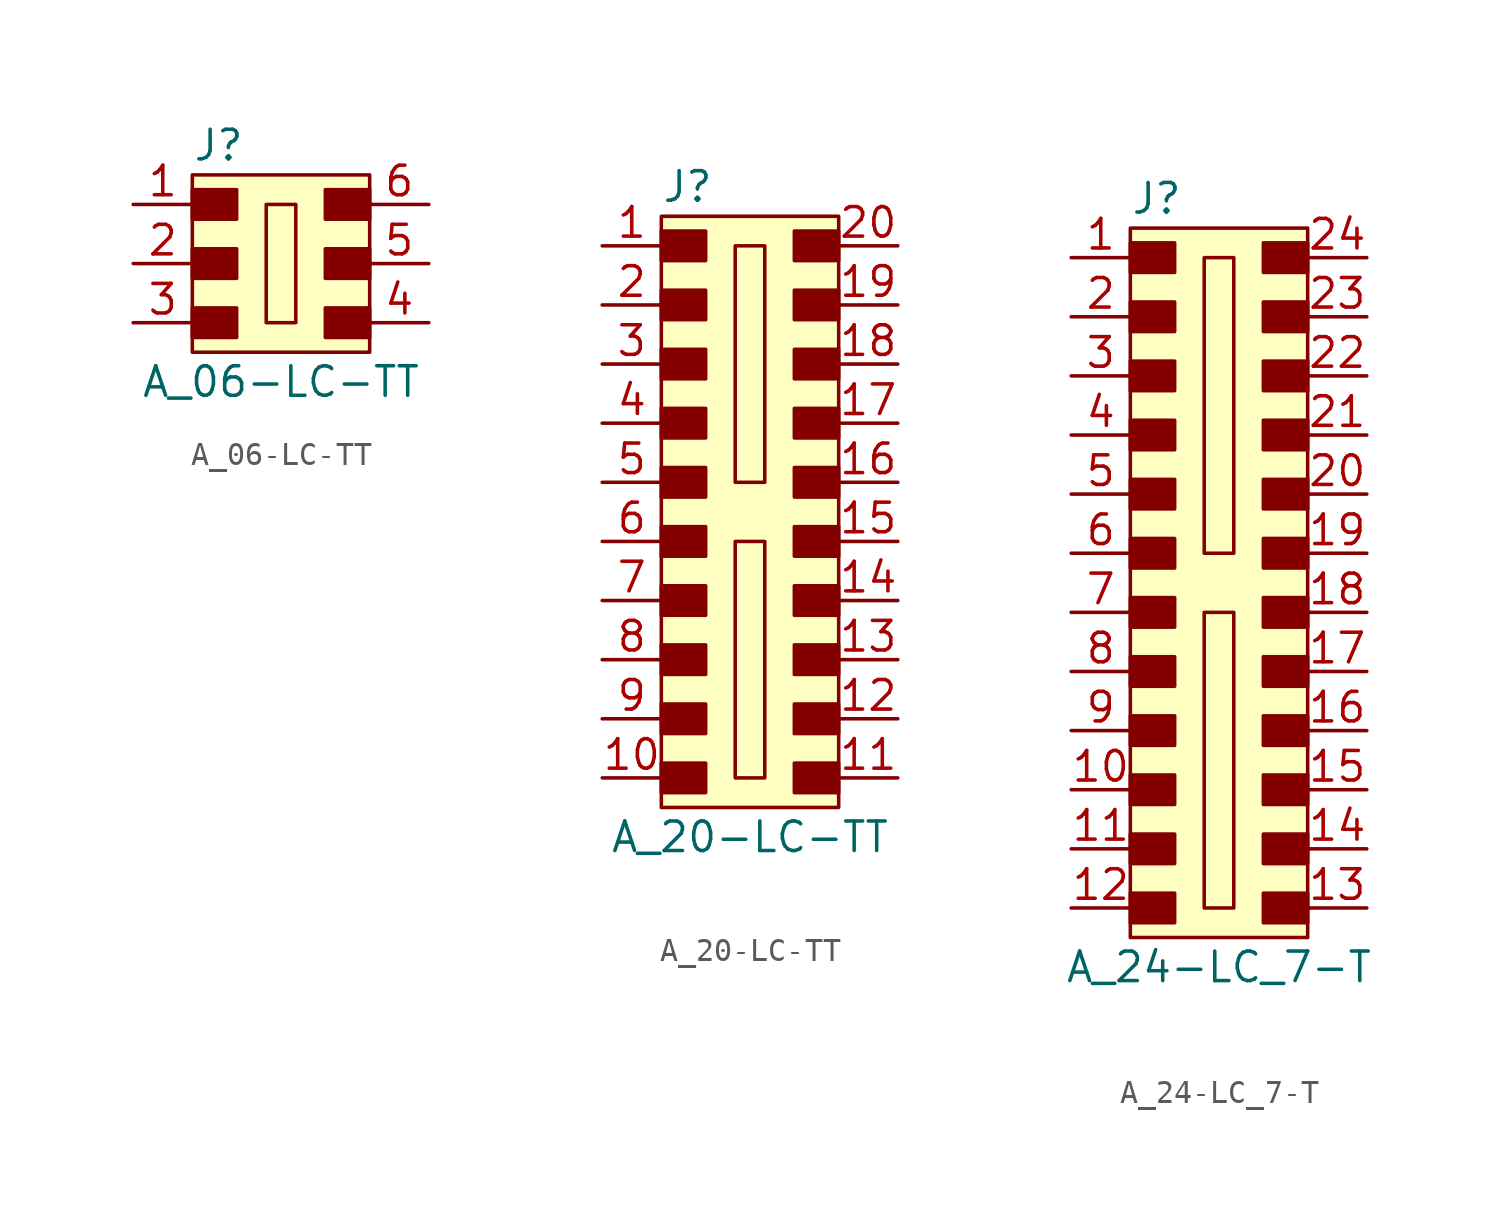
<source format=kicad_sym>
(kicad_symbol_lib
  (version 20220914)
  (generator kicad_symbol_editor)
  (symbol "A_06-LC-TT"
    (pin_names
      (offset 1.016))
    (property "Reference" "J"
      (at -3.81 5.08 0)
      (effects (font (size 1.27 1.27)) (justify left)))
    (property "Value" "A_06-LC-TT"
      (at 0 -5.08 0)
      (effects (font (size 1.27 1.27))))
    (symbol "A_06-LC-TT_1_1"
      (rectangle (start -3.81 -1.905) (end -1.905 -3.175) (stroke (width 0) (type solid)) (fill (type outline)))
      (rectangle (start -3.81 0.635) (end -1.905 -0.635) (stroke (width 0) (type solid)) (fill (type outline)))
      (rectangle (start -3.81 3.175) (end -1.905 1.905) (stroke (width 0) (type solid)) (fill (type outline)))
      (rectangle (start -3.81 3.81) (end 3.81 -3.81) (stroke (width 0) (type solid)) (fill (type background)))
      (rectangle (start -0.635 2.54) (end 0.635 -2.54) (stroke (width 0) (type solid)) (fill (type none)))
      (rectangle (start 1.905 -1.905) (end 3.81 -3.175) (stroke (width 0) (type solid)) (fill (type outline)))
      (rectangle (start 1.905 0.635) (end 3.81 -0.635) (stroke (width 0) (type solid)) (fill (type outline)))
      (rectangle (start 1.905 3.175) (end 3.81 1.905) (stroke (width 0) (type solid)) (fill (type outline)))
      (pin passive line (at -6.35 2.54 0) (length 2.54) (name "~" (effects (font (size 1.27 1.27)))) (number "1" (effects (font (size 1.27 1.27)))))
      (pin passive line (at -6.35 0 0) (length 2.54) (name "~" (effects (font (size 1.27 1.27)))) (number "2" (effects (font (size 1.27 1.27)))))
      (pin passive line (at -6.35 -2.54 0) (length 2.54) (name "~" (effects (font (size 1.27 1.27)))) (number "3" (effects (font (size 1.27 1.27)))))
      (pin passive line (at 6.35 -2.54 180) (length 2.54) (name "~" (effects (font (size 1.27 1.27)))) (number "4" (effects (font (size 1.27 1.27)))))
      (pin passive line (at 6.35 0 180) (length 2.54) (name "~" (effects (font (size 1.27 1.27)))) (number "5" (effects (font (size 1.27 1.27)))))
      (pin passive line (at 6.35 2.54 180) (length 2.54) (name "~" (effects (font (size 1.27 1.27)))) (number "6" (effects (font (size 1.27 1.27)))))))
  (symbol "A_20-LC-TT"
    (pin_names
      (offset 1.016))
    (property "Reference" "J"
      (at -3.81 13.97 0)
      (effects (font (size 1.27 1.27)) (justify left)))
    (property "Value" "A_20-LC-TT"
      (at 0 -13.97 0)
      (effects (font (size 1.27 1.27))))
    (symbol "A_20-LC-TT_1_1"
      (rectangle (start -3.81 -10.795) (end -1.905 -12.065) (stroke (width 0) (type solid)) (fill (type outline)))
      (rectangle (start -3.81 -8.255) (end -1.905 -9.525) (stroke (width 0) (type solid)) (fill (type outline)))
      (rectangle (start -3.81 -5.715) (end -1.905 -6.985) (stroke (width 0) (type solid)) (fill (type outline)))
      (rectangle (start -3.81 -3.175) (end -1.905 -4.445) (stroke (width 0) (type solid)) (fill (type outline)))
      (rectangle (start -3.81 -0.635) (end -1.905 -1.905) (stroke (width 0) (type solid)) (fill (type outline)))
      (rectangle (start -3.81 1.905) (end -1.905 0.635) (stroke (width 0) (type solid)) (fill (type outline)))
      (rectangle (start -3.81 4.445) (end -1.905 3.175) (stroke (width 0) (type solid)) (fill (type outline)))
      (rectangle (start -3.81 6.985) (end -1.905 5.715) (stroke (width 0) (type solid)) (fill (type outline)))
      (rectangle (start -3.81 9.525) (end -1.905 8.255) (stroke (width 0) (type solid)) (fill (type outline)))
      (rectangle (start -3.81 12.065) (end -1.905 10.795) (stroke (width 0) (type solid)) (fill (type outline)))
      (rectangle (start -3.81 12.7) (end 3.81 -12.7) (stroke (width 0) (type solid)) (fill (type background)))
      (rectangle (start -0.635 -1.27) (end 0.635 -11.43) (stroke (width 0) (type solid)) (fill (type none)))
      (rectangle (start -0.635 11.43) (end 0.635 1.27) (stroke (width 0) (type solid)) (fill (type none)))
      (rectangle (start 1.905 -10.795) (end 3.81 -12.065) (stroke (width 0) (type solid)) (fill (type outline)))
      (rectangle (start 1.905 -8.255) (end 3.81 -9.525) (stroke (width 0) (type solid)) (fill (type outline)))
      (rectangle (start 1.905 -5.715) (end 3.81 -6.985) (stroke (width 0) (type solid)) (fill (type outline)))
      (rectangle (start 1.905 -3.175) (end 3.81 -4.445) (stroke (width 0) (type solid)) (fill (type outline)))
      (rectangle (start 1.905 -0.635) (end 3.81 -1.905) (stroke (width 0) (type solid)) (fill (type outline)))
      (rectangle (start 1.905 1.905) (end 3.81 0.635) (stroke (width 0) (type solid)) (fill (type outline)))
      (rectangle (start 1.905 4.445) (end 3.81 3.175) (stroke (width 0) (type solid)) (fill (type outline)))
      (rectangle (start 1.905 6.985) (end 3.81 5.715) (stroke (width 0) (type solid)) (fill (type outline)))
      (rectangle (start 1.905 9.525) (end 3.81 8.255) (stroke (width 0) (type solid)) (fill (type outline)))
      (rectangle (start 1.905 12.065) (end 3.81 10.795) (stroke (width 0) (type solid)) (fill (type outline)))
      (pin passive line (at -6.35 11.43 0) (length 2.54) (name "~" (effects (font (size 1.27 1.27)))) (number "1" (effects (font (size 1.27 1.27)))))
      (pin passive line (at -6.35 -11.43 0) (length 2.54) (name "~" (effects (font (size 1.27 1.27)))) (number "10" (effects (font (size 1.27 1.27)))))
      (pin passive line (at 6.35 -11.43 180) (length 2.54) (name "~" (effects (font (size 1.27 1.27)))) (number "11" (effects (font (size 1.27 1.27)))))
      (pin passive line (at 6.35 -8.89 180) (length 2.54) (name "~" (effects (font (size 1.27 1.27)))) (number "12" (effects (font (size 1.27 1.27)))))
      (pin passive line (at 6.35 -6.35 180) (length 2.54) (name "~" (effects (font (size 1.27 1.27)))) (number "13" (effects (font (size 1.27 1.27)))))
      (pin passive line (at 6.35 -3.81 180) (length 2.54) (name "~" (effects (font (size 1.27 1.27)))) (number "14" (effects (font (size 1.27 1.27)))))
      (pin passive line (at 6.35 -1.27 180) (length 2.54) (name "~" (effects (font (size 1.27 1.27)))) (number "15" (effects (font (size 1.27 1.27)))))
      (pin passive line (at 6.35 1.27 180) (length 2.54) (name "~" (effects (font (size 1.27 1.27)))) (number "16" (effects (font (size 1.27 1.27)))))
      (pin passive line (at 6.35 3.81 180) (length 2.54) (name "~" (effects (font (size 1.27 1.27)))) (number "17" (effects (font (size 1.27 1.27)))))
      (pin passive line (at 6.35 6.35 180) (length 2.54) (name "~" (effects (font (size 1.27 1.27)))) (number "18" (effects (font (size 1.27 1.27)))))
      (pin passive line (at 6.35 8.89 180) (length 2.54) (name "~" (effects (font (size 1.27 1.27)))) (number "19" (effects (font (size 1.27 1.27)))))
      (pin passive line (at -6.35 8.89 0) (length 2.54) (name "~" (effects (font (size 1.27 1.27)))) (number "2" (effects (font (size 1.27 1.27)))))
      (pin passive line (at 6.35 11.43 180) (length 2.54) (name "~" (effects (font (size 1.27 1.27)))) (number "20" (effects (font (size 1.27 1.27)))))
      (pin passive line (at -6.35 6.35 0) (length 2.54) (name "~" (effects (font (size 1.27 1.27)))) (number "3" (effects (font (size 1.27 1.27)))))
      (pin passive line (at -6.35 3.81 0) (length 2.54) (name "~" (effects (font (size 1.27 1.27)))) (number "4" (effects (font (size 1.27 1.27)))))
      (pin passive line (at -6.35 1.27 0) (length 2.54) (name "~" (effects (font (size 1.27 1.27)))) (number "5" (effects (font (size 1.27 1.27)))))
      (pin passive line (at -6.35 -1.27 0) (length 2.54) (name "~" (effects (font (size 1.27 1.27)))) (number "6" (effects (font (size 1.27 1.27)))))
      (pin passive line (at -6.35 -3.81 0) (length 2.54) (name "~" (effects (font (size 1.27 1.27)))) (number "7" (effects (font (size 1.27 1.27)))))
      (pin passive line (at -6.35 -6.35 0) (length 2.54) (name "~" (effects (font (size 1.27 1.27)))) (number "8" (effects (font (size 1.27 1.27)))))
      (pin passive line (at -6.35 -8.89 0) (length 2.54) (name "~" (effects (font (size 1.27 1.27)))) (number "9" (effects (font (size 1.27 1.27)))))))
  (symbol "A_24-LC_7-T"
    (pin_names
      (offset 1.016))
    (property "Reference" "J"
      (at -3.81 16.51 0)
      (effects (font (size 1.27 1.27)) (justify left)))
    (property "Value" "A_24-LC_7-T"
      (at 0 -16.51 0)
      (effects (font (size 1.27 1.27))))
    (symbol "A_24-LC_7-T_1_1"
      (rectangle (start -3.81 -13.335) (end -1.905 -14.605) (stroke (width 0) (type solid)) (fill (type outline)))
      (rectangle (start -3.81 -10.795) (end -1.905 -12.065) (stroke (width 0) (type solid)) (fill (type outline)))
      (rectangle (start -3.81 -8.255) (end -1.905 -9.525) (stroke (width 0) (type solid)) (fill (type outline)))
      (rectangle (start -3.81 -5.715) (end -1.905 -6.985) (stroke (width 0) (type solid)) (fill (type outline)))
      (rectangle (start -3.81 -3.175) (end -1.905 -4.445) (stroke (width 0) (type solid)) (fill (type outline)))
      (rectangle (start -3.81 -0.635) (end -1.905 -1.905) (stroke (width 0) (type solid)) (fill (type outline)))
      (rectangle (start -3.81 1.905) (end -1.905 0.635) (stroke (width 0) (type solid)) (fill (type outline)))
      (rectangle (start -3.81 4.445) (end -1.905 3.175) (stroke (width 0) (type solid)) (fill (type outline)))
      (rectangle (start -3.81 6.985) (end -1.905 5.715) (stroke (width 0) (type solid)) (fill (type outline)))
      (rectangle (start -3.81 9.525) (end -1.905 8.255) (stroke (width 0) (type solid)) (fill (type outline)))
      (rectangle (start -3.81 12.065) (end -1.905 10.795) (stroke (width 0) (type solid)) (fill (type outline)))
      (rectangle (start -3.81 14.605) (end -1.905 13.335) (stroke (width 0) (type solid)) (fill (type outline)))
      (rectangle (start -3.81 15.24) (end 3.81 -15.24) (stroke (width 0) (type solid)) (fill (type background)))
      (rectangle (start -0.635 -1.27) (end 0.635 -13.97) (stroke (width 0) (type solid)) (fill (type none)))
      (rectangle (start -0.635 13.97) (end 0.635 1.27) (stroke (width 0) (type solid)) (fill (type none)))
      (rectangle (start 1.905 -13.335) (end 3.81 -14.605) (stroke (width 0) (type solid)) (fill (type outline)))
      (rectangle (start 1.905 -10.795) (end 3.81 -12.065) (stroke (width 0) (type solid)) (fill (type outline)))
      (rectangle (start 1.905 -8.255) (end 3.81 -9.525) (stroke (width 0) (type solid)) (fill (type outline)))
      (rectangle (start 1.905 -5.715) (end 3.81 -6.985) (stroke (width 0) (type solid)) (fill (type outline)))
      (rectangle (start 1.905 -3.175) (end 3.81 -4.445) (stroke (width 0) (type solid)) (fill (type outline)))
      (rectangle (start 1.905 -0.635) (end 3.81 -1.905) (stroke (width 0) (type solid)) (fill (type outline)))
      (rectangle (start 1.905 1.905) (end 3.81 0.635) (stroke (width 0) (type solid)) (fill (type outline)))
      (rectangle (start 1.905 4.445) (end 3.81 3.175) (stroke (width 0) (type solid)) (fill (type outline)))
      (rectangle (start 1.905 6.985) (end 3.81 5.715) (stroke (width 0) (type solid)) (fill (type outline)))
      (rectangle (start 1.905 9.525) (end 3.81 8.255) (stroke (width 0) (type solid)) (fill (type outline)))
      (rectangle (start 1.905 12.065) (end 3.81 10.795) (stroke (width 0) (type solid)) (fill (type outline)))
      (rectangle (start 1.905 14.605) (end 3.81 13.335) (stroke (width 0) (type solid)) (fill (type outline)))
      (pin passive line (at -6.35 13.97 0) (length 2.54) (name "~" (effects (font (size 1.27 1.27)))) (number "1" (effects (font (size 1.27 1.27)))))
      (pin passive line (at -6.35 -8.89 0) (length 2.54) (name "~" (effects (font (size 1.27 1.27)))) (number "10" (effects (font (size 1.27 1.27)))))
      (pin passive line (at -6.35 -11.43 0) (length 2.54) (name "~" (effects (font (size 1.27 1.27)))) (number "11" (effects (font (size 1.27 1.27)))))
      (pin passive line (at -6.35 -13.97 0) (length 2.54) (name "~" (effects (font (size 1.27 1.27)))) (number "12" (effects (font (size 1.27 1.27)))))
      (pin passive line (at 6.35 -13.97 180) (length 2.54) (name "~" (effects (font (size 1.27 1.27)))) (number "13" (effects (font (size 1.27 1.27)))))
      (pin passive line (at 6.35 -11.43 180) (length 2.54) (name "~" (effects (font (size 1.27 1.27)))) (number "14" (effects (font (size 1.27 1.27)))))
      (pin passive line (at 6.35 -8.89 180) (length 2.54) (name "~" (effects (font (size 1.27 1.27)))) (number "15" (effects (font (size 1.27 1.27)))))
      (pin passive line (at 6.35 -6.35 180) (length 2.54) (name "~" (effects (font (size 1.27 1.27)))) (number "16" (effects (font (size 1.27 1.27)))))
      (pin passive line (at 6.35 -3.81 180) (length 2.54) (name "~" (effects (font (size 1.27 1.27)))) (number "17" (effects (font (size 1.27 1.27)))))
      (pin passive line (at 6.35 -1.27 180) (length 2.54) (name "~" (effects (font (size 1.27 1.27)))) (number "18" (effects (font (size 1.27 1.27)))))
      (pin passive line (at 6.35 1.27 180) (length 2.54) (name "~" (effects (font (size 1.27 1.27)))) (number "19" (effects (font (size 1.27 1.27)))))
      (pin passive line (at -6.35 11.43 0) (length 2.54) (name "~" (effects (font (size 1.27 1.27)))) (number "2" (effects (font (size 1.27 1.27)))))
      (pin passive line (at 6.35 3.81 180) (length 2.54) (name "~" (effects (font (size 1.27 1.27)))) (number "20" (effects (font (size 1.27 1.27)))))
      (pin passive line (at 6.35 6.35 180) (length 2.54) (name "~" (effects (font (size 1.27 1.27)))) (number "21" (effects (font (size 1.27 1.27)))))
      (pin passive line (at 6.35 8.89 180) (length 2.54) (name "~" (effects (font (size 1.27 1.27)))) (number "22" (effects (font (size 1.27 1.27)))))
      (pin passive line (at 6.35 11.43 180) (length 2.54) (name "~" (effects (font (size 1.27 1.27)))) (number "23" (effects (font (size 1.27 1.27)))))
      (pin passive line (at 6.35 13.97 180) (length 2.54) (name "~" (effects (font (size 1.27 1.27)))) (number "24" (effects (font (size 1.27 1.27)))))
      (pin passive line (at -6.35 8.89 0) (length 2.54) (name "~" (effects (font (size 1.27 1.27)))) (number "3" (effects (font (size 1.27 1.27)))))
      (pin passive line (at -6.35 6.35 0) (length 2.54) (name "~" (effects (font (size 1.27 1.27)))) (number "4" (effects (font (size 1.27 1.27)))))
      (pin passive line (at -6.35 3.81 0) (length 2.54) (name "~" (effects (font (size 1.27 1.27)))) (number "5" (effects (font (size 1.27 1.27)))))
      (pin passive line (at -6.35 1.27 0) (length 2.54) (name "~" (effects (font (size 1.27 1.27)))) (number "6" (effects (font (size 1.27 1.27)))))
      (pin passive line (at -6.35 -1.27 0) (length 2.54) (name "~" (effects (font (size 1.27 1.27)))) (number "7" (effects (font (size 1.27 1.27)))))
      (pin passive line (at -6.35 -3.81 0) (length 2.54) (name "~" (effects (font (size 1.27 1.27)))) (number "8" (effects (font (size 1.27 1.27)))))
      (pin passive line (at -6.35 -6.35 0) (length 2.54) (name "~" (effects (font (size 1.27 1.27)))) (number "9" (effects (font (size 1.27 1.27))))))))
</source>
